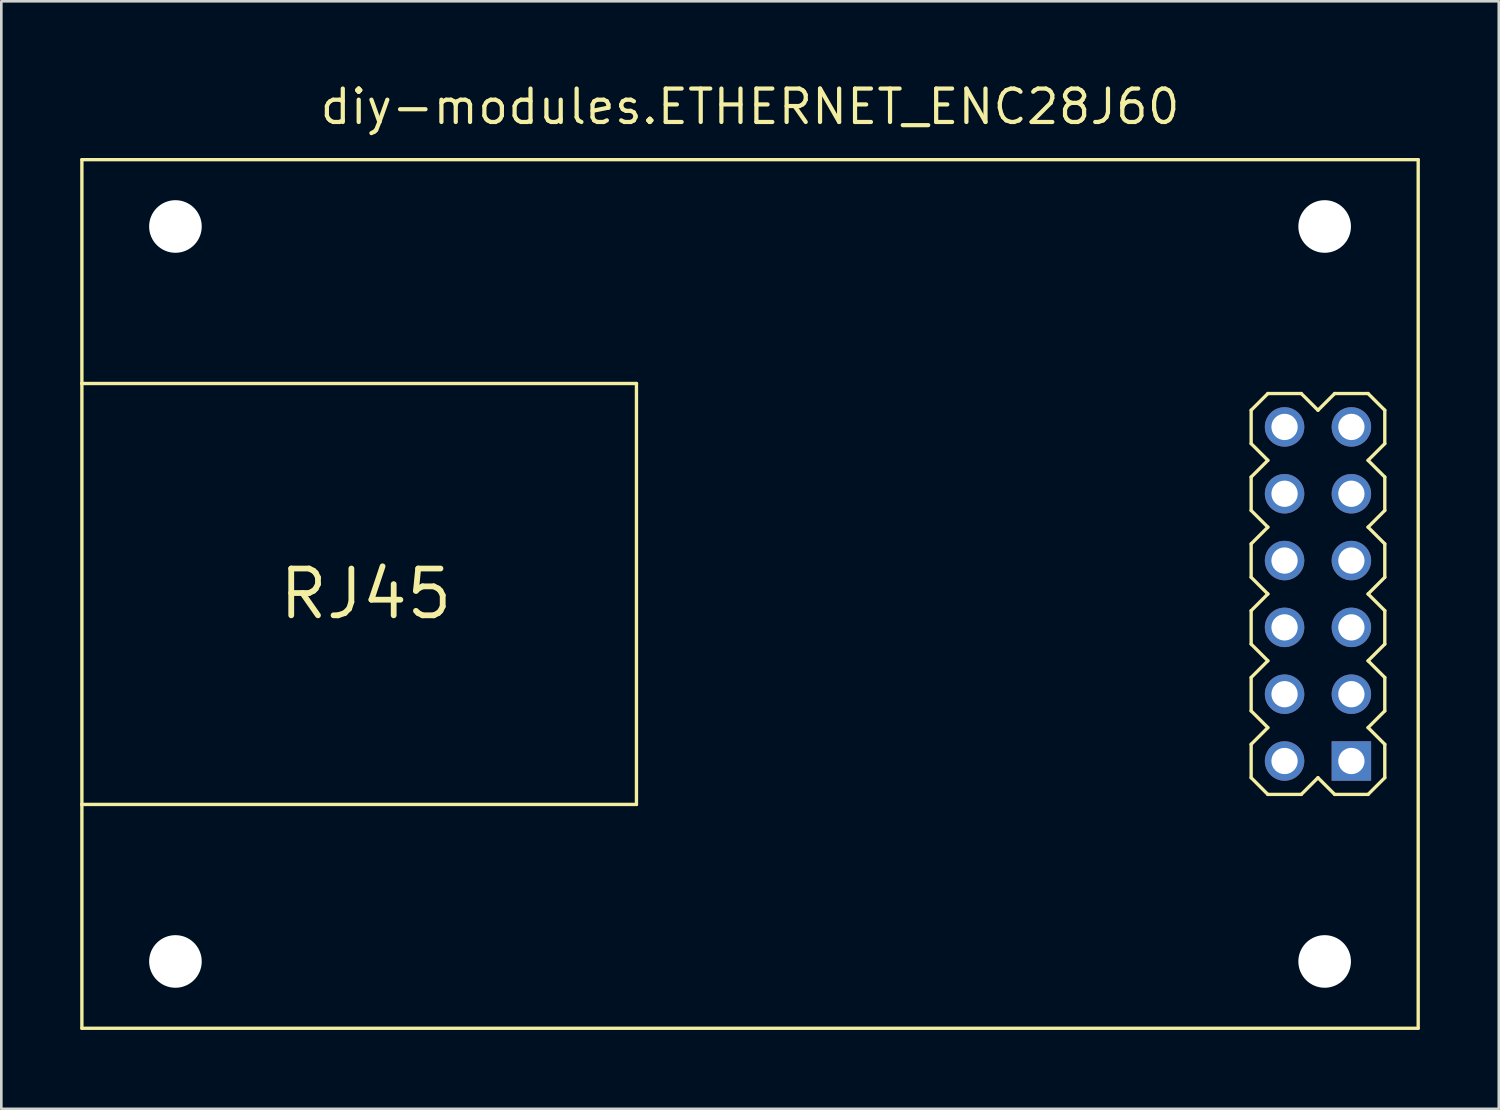
<source format=kicad_pcb>
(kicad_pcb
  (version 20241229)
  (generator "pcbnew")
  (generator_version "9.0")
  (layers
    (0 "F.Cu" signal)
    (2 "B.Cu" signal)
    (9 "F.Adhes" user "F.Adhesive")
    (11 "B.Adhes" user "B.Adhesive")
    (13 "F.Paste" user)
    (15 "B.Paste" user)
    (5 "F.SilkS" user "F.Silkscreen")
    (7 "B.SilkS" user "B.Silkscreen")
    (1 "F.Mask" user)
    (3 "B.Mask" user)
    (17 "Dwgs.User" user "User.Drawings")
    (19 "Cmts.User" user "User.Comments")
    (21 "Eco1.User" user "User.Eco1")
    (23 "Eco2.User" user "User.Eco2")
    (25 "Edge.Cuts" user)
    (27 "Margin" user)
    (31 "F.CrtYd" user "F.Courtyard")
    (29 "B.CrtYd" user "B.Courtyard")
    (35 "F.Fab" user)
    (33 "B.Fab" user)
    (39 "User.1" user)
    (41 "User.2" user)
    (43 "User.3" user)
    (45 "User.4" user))
  (footprint "diy-modules.ETHERNET_ENC28J60"
    (layer "F.Cu")
    (at 25.463 19.53)
    (property "Reference" "diy-modules.ETHERNET_ENC28J60" (at 0 -17.78 0) (layer "F.SilkS") (effects (font (size 1.27 1.27) (thickness 0.16)) (justify bottom)))
    (attr through_hole)
    (fp_line (start -25.4 -16.51) (end 25.4 -16.51) (stroke (width 0.127) (type default)) (layer "F.SilkS"))
    (fp_line (start -25.4 -8.001) (end -25.4 -16.51) (stroke (width 0.127) (type default)) (layer "F.SilkS"))
    (fp_line (start -25.4 -8.001) (end -4.318 -8.001) (stroke (width 0.127) (type default)) (layer "F.SilkS"))
    (fp_line (start -25.4 8.001) (end -25.4 -8.001) (stroke (width 0.127) (type default)) (layer "F.SilkS"))
    (fp_line (start -25.4 16.51) (end -25.4 8.001) (stroke (width 0.127) (type default)) (layer "F.SilkS"))
    (fp_line (start -4.318 -8.001) (end -4.318 8.001) (stroke (width 0.127) (type default)) (layer "F.SilkS"))
    (fp_line (start -4.318 8.001) (end -25.4 8.001) (stroke (width 0.127) (type default)) (layer "F.SilkS"))
    (fp_line (start 19.05 -6.985) (end 19.685 -7.62) (stroke (width 0.127) (type default)) (layer "F.SilkS"))
    (fp_line (start 19.05 -5.715) (end 19.05 -6.985) (stroke (width 0.127) (type default)) (layer "F.SilkS"))
    (fp_line (start 19.05 -4.445) (end 19.685 -5.08) (stroke (width 0.127) (type default)) (layer "F.SilkS"))
    (fp_line (start 19.05 -3.175) (end 19.05 -4.445) (stroke (width 0.127) (type default)) (layer "F.SilkS"))
    (fp_line (start 19.05 -1.905) (end 19.685 -2.54) (stroke (width 0.127) (type default)) (layer "F.SilkS"))
    (fp_line (start 19.05 -0.635) (end 19.05 -1.905) (stroke (width 0.127) (type default)) (layer "F.SilkS"))
    (fp_line (start 19.05 0.635) (end 19.685 0) (stroke (width 0.127) (type default)) (layer "F.SilkS"))
    (fp_line (start 19.05 1.905) (end 19.05 0.635) (stroke (width 0.127) (type default)) (layer "F.SilkS"))
    (fp_line (start 19.05 3.175) (end 19.685 2.54) (stroke (width 0.127) (type default)) (layer "F.SilkS"))
    (fp_line (start 19.05 4.445) (end 19.05 3.175) (stroke (width 0.127) (type default)) (layer "F.SilkS"))
    (fp_line (start 19.05 5.715) (end 19.685 5.08) (stroke (width 0.127) (type default)) (layer "F.SilkS"))
    (fp_line (start 19.05 6.985) (end 19.05 5.715) (stroke (width 0.127) (type default)) (layer "F.SilkS"))
    (fp_line (start 19.685 -7.62) (end 20.955 -7.62) (stroke (width 0.127) (type default)) (layer "F.SilkS"))
    (fp_line (start 19.685 -5.08) (end 19.05 -5.715) (stroke (width 0.127) (type default)) (layer "F.SilkS"))
    (fp_line (start 19.685 -2.54) (end 19.05 -3.175) (stroke (width 0.127) (type default)) (layer "F.SilkS"))
    (fp_line (start 19.685 0) (end 19.05 -0.635) (stroke (width 0.127) (type default)) (layer "F.SilkS"))
    (fp_line (start 19.685 2.54) (end 19.05 1.905) (stroke (width 0.127) (type default)) (layer "F.SilkS"))
    (fp_line (start 19.685 5.08) (end 19.05 4.445) (stroke (width 0.127) (type default)) (layer "F.SilkS"))
    (fp_line (start 19.685 7.62) (end 19.05 6.985) (stroke (width 0.127) (type default)) (layer "F.SilkS"))
    (fp_line (start 20.955 -7.62) (end 21.59 -6.985) (stroke (width 0.127) (type default)) (layer "F.SilkS"))
    (fp_line (start 20.955 7.62) (end 19.685 7.62) (stroke (width 0.127) (type default)) (layer "F.SilkS"))
    (fp_line (start 21.59 -6.985) (end 22.225 -7.62) (stroke (width 0.127) (type default)) (layer "F.SilkS"))
    (fp_line (start 21.59 6.985) (end 20.955 7.62) (stroke (width 0.127) (type default)) (layer "F.SilkS"))
    (fp_line (start 22.225 -7.62) (end 23.495 -7.62) (stroke (width 0.127) (type default)) (layer "F.SilkS"))
    (fp_line (start 22.225 7.62) (end 21.59 6.985) (stroke (width 0.127) (type default)) (layer "F.SilkS"))
    (fp_line (start 23.495 -7.62) (end 24.13 -6.985) (stroke (width 0.127) (type default)) (layer "F.SilkS"))
    (fp_line (start 23.495 -5.08) (end 24.13 -4.445) (stroke (width 0.127) (type default)) (layer "F.SilkS"))
    (fp_line (start 23.495 -2.54) (end 24.13 -1.905) (stroke (width 0.127) (type default)) (layer "F.SilkS"))
    (fp_line (start 23.495 0) (end 24.13 0.635) (stroke (width 0.127) (type default)) (layer "F.SilkS"))
    (fp_line (start 23.495 2.54) (end 24.13 3.175) (stroke (width 0.127) (type default)) (layer "F.SilkS"))
    (fp_line (start 23.495 5.08) (end 24.13 5.715) (stroke (width 0.127) (type default)) (layer "F.SilkS"))
    (fp_line (start 23.495 7.62) (end 22.225 7.62) (stroke (width 0.127) (type default)) (layer "F.SilkS"))
    (fp_line (start 24.13 -6.985) (end 24.13 -5.715) (stroke (width 0.127) (type default)) (layer "F.SilkS"))
    (fp_line (start 24.13 -5.715) (end 23.495 -5.08) (stroke (width 0.127) (type default)) (layer "F.SilkS"))
    (fp_line (start 24.13 -4.445) (end 24.13 -3.175) (stroke (width 0.127) (type default)) (layer "F.SilkS"))
    (fp_line (start 24.13 -3.175) (end 23.495 -2.54) (stroke (width 0.127) (type default)) (layer "F.SilkS"))
    (fp_line (start 24.13 -1.905) (end 24.13 -0.635) (stroke (width 0.127) (type default)) (layer "F.SilkS"))
    (fp_line (start 24.13 -0.635) (end 23.495 0) (stroke (width 0.127) (type default)) (layer "F.SilkS"))
    (fp_line (start 24.13 0.635) (end 24.13 1.905) (stroke (width 0.127) (type default)) (layer "F.SilkS"))
    (fp_line (start 24.13 1.905) (end 23.495 2.54) (stroke (width 0.127) (type default)) (layer "F.SilkS"))
    (fp_line (start 24.13 3.175) (end 24.13 4.445) (stroke (width 0.127) (type default)) (layer "F.SilkS"))
    (fp_line (start 24.13 4.445) (end 23.495 5.08) (stroke (width 0.127) (type default)) (layer "F.SilkS"))
    (fp_line (start 24.13 5.715) (end 24.13 6.985) (stroke (width 0.127) (type default)) (layer "F.SilkS"))
    (fp_line (start 24.13 6.985) (end 23.495 7.62) (stroke (width 0.127) (type default)) (layer "F.SilkS"))
    (fp_line (start 25.4 -16.51) (end 25.4 16.51) (stroke (width 0.127) (type default)) (layer "F.SilkS"))
    (fp_line (start 25.4 16.51) (end -25.4 16.51) (stroke (width 0.127) (type default)) (layer "F.SilkS"))
    (fp_text user "RJ45" (at -14.605 0 0) (layer "F.SilkS") (effects (font (size 1.778 1.778) (thickness 0.22))))
    (pad "" np_thru_hole circle (at -21.844 -13.97) (size 2 2) (drill 2) (layers "*.Cu" "*.Mask"))
    (pad "" np_thru_hole circle (at -21.844 13.97) (size 2 2) (drill 2) (layers "*.Cu" "*.Mask"))
    (pad "" np_thru_hole circle (at 21.844 -13.97) (size 2 2) (drill 2) (layers "*.Cu" "*.Mask"))
    (pad "" np_thru_hole circle (at 21.844 13.97) (size 2 2) (drill 2) (layers "*.Cu" "*.Mask"))
    (pad "1" thru_hole rect (at 22.86 6.35) (size 1.5 1.5) (drill 1) (layers "*.Cu" "*.Mask"))
    (pad "2" thru_hole circle (at 20.32 6.35) (size 1.5 1.5) (drill 1) (layers "*.Cu" "*.Mask"))
    (pad "3" thru_hole circle (at 22.86 3.81) (size 1.5 1.5) (drill 1) (layers "*.Cu" "*.Mask"))
    (pad "4" thru_hole circle (at 20.32 3.81) (size 1.5 1.5) (drill 1) (layers "*.Cu" "*.Mask"))
    (pad "5" thru_hole circle (at 22.86 1.27) (size 1.5 1.5) (drill 1) (layers "*.Cu" "*.Mask"))
    (pad "6" thru_hole circle (at 20.32 1.27) (size 1.5 1.5) (drill 1) (layers "*.Cu" "*.Mask"))
    (pad "7" thru_hole circle (at 22.86 -1.27) (size 1.5 1.5) (drill 1) (layers "*.Cu" "*.Mask"))
    (pad "8" thru_hole circle (at 20.32 -1.27) (size 1.5 1.5) (drill 1) (layers "*.Cu" "*.Mask"))
    (pad "9" thru_hole circle (at 22.86 -3.81) (size 1.5 1.5) (drill 1) (layers "*.Cu" "*.Mask"))
    (pad "10" thru_hole circle (at 20.32 -3.81) (size 1.5 1.5) (drill 1) (layers "*.Cu" "*.Mask"))
    (pad "11" thru_hole circle (at 22.86 -6.35) (size 1.5 1.5) (drill 1) (layers "*.Cu" "*.Mask"))
    (pad "12" thru_hole circle (at 20.32 -6.35) (size 1.5 1.5) (drill 1) (layers "*.Cu" "*.Mask")))
  (gr_rect
    (start -3 -3)
    (end 53.927 39.103)
    (stroke (width 0.1) (type default))
    (fill no)
    (layer "Edge.Cuts")))
</source>
